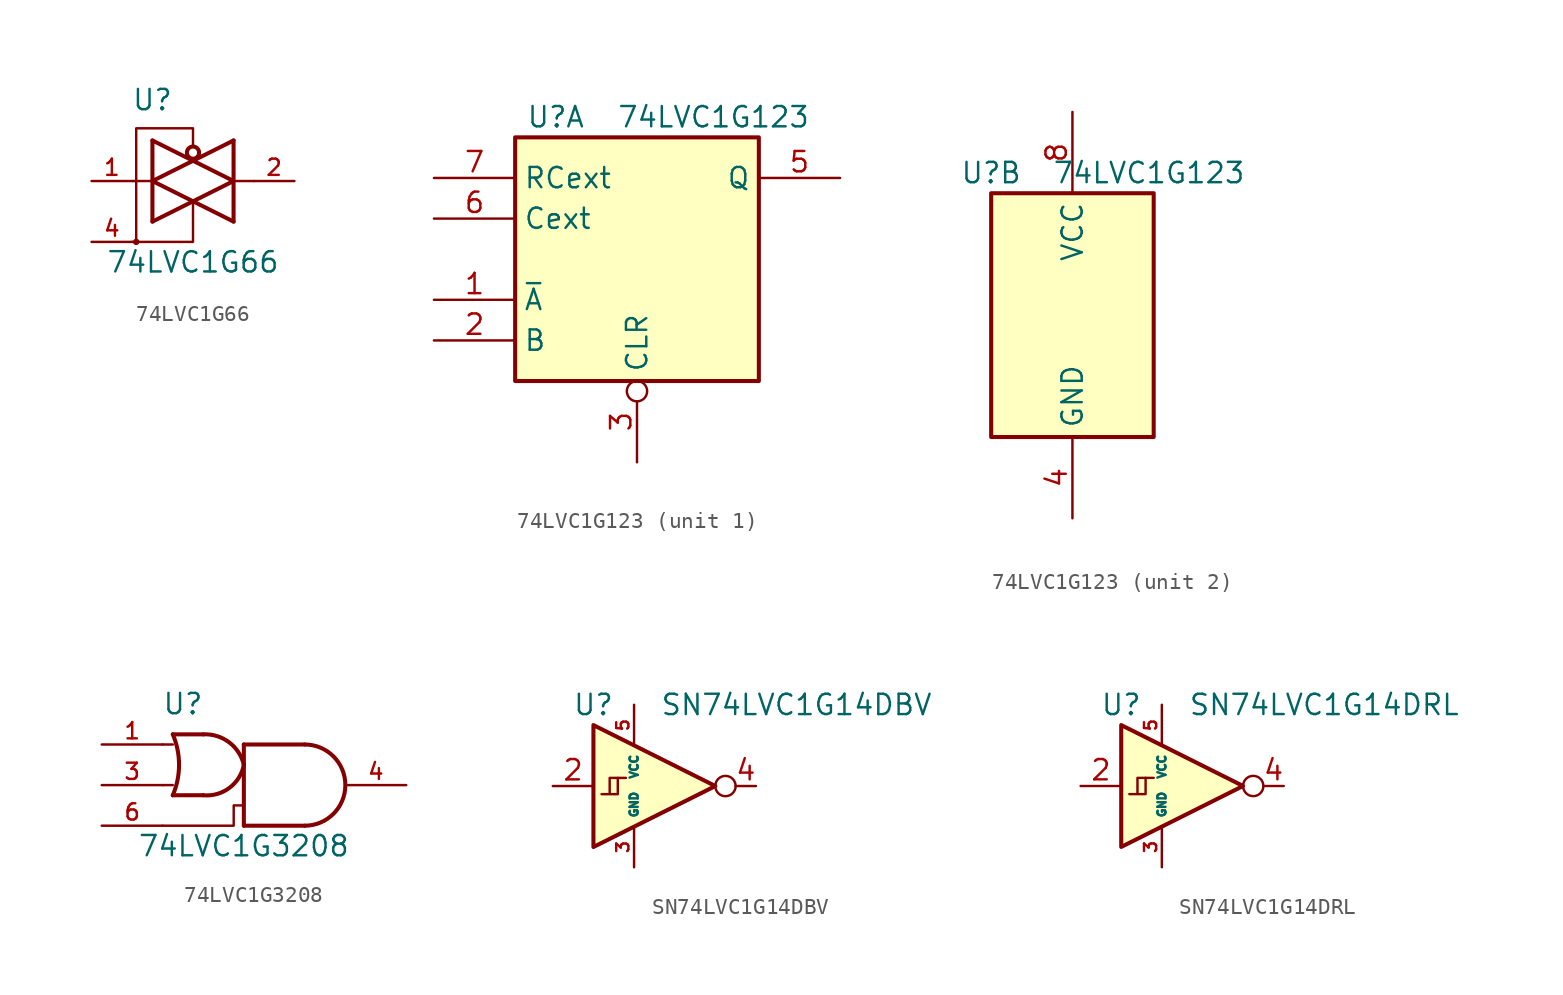
<source format=kicad_sym>
(kicad_symbol_lib
  (version 20201005)
  (generator kicad_symbol_editor)
  (symbol "74LVC1G66"
    (property "Reference" "U"
      (at -2.54 5.08 0)
      (effects (font (size 1.27 1.27))))
    (property "Value" "74LVC1G66"
      (at 0 -5.08 0)
      (effects (font (size 1.27 1.27))))
    (symbol "74LVC1G66_0_1"
      (circle (center -3.556 -3.81) (radius 0.127) (stroke (width 0)) (fill (type none)))
      (circle (center 0 1.778) (radius 0.381) (stroke (width 0.254)) (fill (type none)))
      (polyline (pts (xy -3.81 0) (xy -2.54 0)) (stroke (width 0)) (fill (type none)))
      (polyline (pts (xy -2.54 2.54) (xy -2.54 -2.54)) (stroke (width 0.254)) (fill (type none)))
      (polyline (pts (xy 2.54 0) (xy 3.81 0)) (stroke (width 0)) (fill (type none)))
      (polyline (pts (xy 2.54 2.54) (xy 2.54 -2.54)) (stroke (width 0.254)) (fill (type none)))
      (polyline (pts (xy -3.81 -3.81) (xy 0 -3.81) (xy 0 -1.27)) (stroke (width 0)) (fill (type none)))
      (polyline (pts (xy -2.54 -2.54) (xy 2.54 0) (xy -2.54 2.54)) (stroke (width 0.254)) (fill (type none)))
      (polyline (pts (xy 2.54 2.54) (xy -2.54 0) (xy 2.54 -2.54)) (stroke (width 0.254)) (fill (type none)))
      (polyline (pts (xy 0 2.159) (xy 0 3.302) (xy -3.556 3.302) (xy -3.556 -3.81)) (stroke (width 0)) (fill (type none))))
    (symbol "74LVC1G66_1_1"
      (pin bidirectional line (at -6.35 0 0) (length 2.54) (name "~" (effects (font (size 1.016 1.016)))) (number "1" (effects (font (size 1.016 1.016)))))
      (pin bidirectional line (at 6.35 0 180) (length 2.54) (name "~" (effects (font (size 1.016 1.016)))) (number "2" (effects (font (size 1.016 1.016)))))
      (pin power_in line (at 1.27 -3.81 270) (length 0) hide (name "GND" (effects (font (size 1.016 1.016)))) (number "3" (effects (font (size 1.016 1.016)))))
      (pin input line (at -6.35 -3.81 0) (length 2.54) (name "~" (effects (font (size 1.016 1.016)))) (number "4" (effects (font (size 1.016 1.016)))))
      (pin power_in line (at 1.27 3.81 90) (length 0) hide (name "VCC" (effects (font (size 1.016 1.016)))) (number "5" (effects (font (size 1.016 1.016)))))))
  (symbol "74LVC1G123"
    (property "Reference" "U"
      (at -5.08 8.89 0)
      (effects (font (size 1.27 1.27))))
    (property "Value" "74LVC1G123"
      (at -1.27 8.89 0)
      (effects (font (size 1.27 1.27)) (justify left)))
    (symbol "74LVC1G123_1_1"
      (rectangle (start -7.62 7.62) (end 7.62 -7.62) (stroke (width 0.254)) (fill (type background)))
      (pin input line (at -12.7 -2.54 0) (length 5.08) (name "~A" (effects (font (size 1.27 1.27)))) (number "1" (effects (font (size 1.27 1.27)))))
      (pin input line (at -12.7 -5.08 0) (length 5.08) (name "B" (effects (font (size 1.27 1.27)))) (number "2" (effects (font (size 1.27 1.27)))))
      (pin input inverted (at 0 -12.7 90) (length 5.08) (name "CLR" (effects (font (size 1.27 1.27)))) (number "3" (effects (font (size 1.27 1.27)))))
      (pin output line (at 12.7 5.08 180) (length 5.08) (name "Q" (effects (font (size 1.27 1.27)))) (number "5" (effects (font (size 1.27 1.27)))))
      (pin input line (at -12.7 2.54 0) (length 5.08) (name "Cext" (effects (font (size 1.27 1.27)))) (number "6" (effects (font (size 1.27 1.27)))))
      (pin input line (at -12.7 5.08 0) (length 5.08) (name "RCext" (effects (font (size 1.27 1.27)))) (number "7" (effects (font (size 1.27 1.27))))))
    (symbol "74LVC1G123_2_1"
      (rectangle (start -5.08 7.62) (end 5.08 -7.62) (stroke (width 0.254)) (fill (type background)))
      (pin power_in line (at 0 -12.7 90) (length 5.08) (name "GND" (effects (font (size 1.27 1.27)))) (number "4" (effects (font (size 1.27 1.27)))))
      (pin power_in line (at 0 12.7 270) (length 5.08) (name "VCC" (effects (font (size 1.27 1.27)))) (number "8" (effects (font (size 1.27 1.27)))))))
  (symbol "74LVC1G3208"
    (pin_names
      (offset 1.016))
    (property "Reference" "U"
      (at -3.81 5.08 0)
      (effects (font (size 1.27 1.27))))
    (property "Value" "74LVC1G3208"
      (at 0 -3.81 0)
      (effects (font (size 1.27 1.27))))
    (symbol "74LVC1G3208_0_1"
      (arc (start -4.445 -0.635) (end -4.445 3.175) (radius (at -8.89 1.27) (length 4.826) (angles -23.1 23.1)) (stroke (width 0.254)) (fill (type none)))
      (arc (start -2.54 3.175) (end 0 1.27) (radius (at -2.413 0.7112) (length 2.4638) (angles 92.9 13)) (stroke (width 0.254)) (fill (type none)))
      (arc (start -2.54 -0.635) (end 0 1.27) (radius (at -2.3368 1.7272) (length 2.3622) (angles -94.9 -11)) (stroke (width 0.254)) (fill (type none)))
      (arc (start 3.81 -2.54) (end 3.81 2.54) (radius (at 3.81 0) (length 2.54) (angles -89.9 89.9)) (stroke (width 0.254)) (fill (type none)))
      (polyline (pts (xy -5.08 0) (xy -4.445 0)) (stroke (width 0)) (fill (type none)))
      (polyline (pts (xy -5.08 2.54) (xy -4.445 2.54)) (stroke (width 0)) (fill (type none)))
      (polyline (pts (xy -2.54 -0.635) (xy -4.445 -0.635)) (stroke (width 0.254)) (fill (type none)))
      (polyline (pts (xy -2.54 3.175) (xy -4.445 3.175)) (stroke (width 0.254)) (fill (type none)))
      (polyline (pts (xy 0 2.54) (xy 0 -2.54)) (stroke (width 0.254)) (fill (type none)))
      (polyline (pts (xy 0 -1.27) (xy -0.635 -1.27) (xy -0.635 -1.905) (xy -0.635 -2.54) (xy -5.08 -2.54)) (stroke (width 0)) (fill (type none)))
      (polyline (pts (xy 3.81 -2.54) (xy 0 -2.54)) (stroke (width 0.254)) (fill (type background)))
      (polyline (pts (xy 3.81 2.54) (xy 0 2.54)) (stroke (width 0.254)) (fill (type background))))
    (symbol "74LVC1G3208_1_1"
      (pin input line (at -8.89 2.54 0) (length 3.81) (name "~" (effects (font (size 1.016 1.016)))) (number "1" (effects (font (size 1.016 1.016)))))
      (pin power_in line (at 3.81 -2.54 270) (length 0) hide (name "GND" (effects (font (size 1.016 1.016)))) (number "2" (effects (font (size 1.016 1.016)))))
      (pin input line (at -8.89 0 0) (length 3.81) (name "~" (effects (font (size 1.016 1.016)))) (number "3" (effects (font (size 1.016 1.016)))))
      (pin output line (at 10.16 0 180) (length 3.81) (name "~" (effects (font (size 1.016 1.016)))) (number "4" (effects (font (size 1.016 1.016)))))
      (pin power_in line (at 3.81 2.54 90) (length 0) hide (name "VCC" (effects (font (size 1.016 1.016)))) (number "5" (effects (font (size 1.016 1.016)))))
      (pin input line (at -8.89 -2.54 0) (length 3.81) (name "~" (effects (font (size 1.016 1.016)))) (number "6" (effects (font (size 1.016 1.016)))))))
  (symbol "SN74LVC1G14DBV"
    (property "Reference" "U"
      (at -2.54 5.08 0)
      (effects (font (size 1.27 1.27))))
    (property "Value" "SN74LVC1G14DBV"
      (at 10.16 5.08 0)
      (effects (font (size 1.27 1.27))))
    (symbol "SN74LVC1G14DBV_0_1"
      (circle (center 5.715 0) (radius 0.635) (stroke (width 0)) (fill (type none)))
      (polyline (pts (xy -1.016 0.508) (xy -0.508 0.508)) (stroke (width 0)) (fill (type none)))
      (polyline (pts (xy -1.524 -0.508) (xy -1.524 0.508) (xy -1.016 0.508) (xy -1.016 -0.508) (xy -2.032 -0.508)) (stroke (width 0)) (fill (type none)))
      (polyline (pts (xy -2.54 3.81) (xy -2.54 -3.81) (xy 5.08 0) (xy -2.54 3.81)) (stroke (width 0.254)) (fill (type background))))
    (symbol "SN74LVC1G14DBV_1_1"
      (pin no_connect line (at 5.08 0 180) (length 2.54) hide (name "NC" (effects (font (size 1.27 1.27)))) (number "1" (effects (font (size 1.27 1.27)))))
      (pin input line (at -5.08 0 0) (length 2.54) (name "~" (effects (font (size 1.27 1.27)))) (number "2" (effects (font (size 1.27 1.27)))))
      (pin power_in line (at 0 -5.08 90) (length 2.54) (name "GND" (effects (font (size 0.508 0.508)))) (number "3" (effects (font (size 0.762 0.762)))))
      (pin output line (at 7.62 0 180) (length 1.27) (name "~" (effects (font (size 1.27 1.27)))) (number "4" (effects (font (size 1.27 1.27)))))
      (pin power_in line (at 0 5.08 270) (length 2.54) (name "VCC" (effects (font (size 0.508 0.508)))) (number "5" (effects (font (size 0.762 0.762)))))))
  (symbol "SN74LVC1G14DRL"
    (property "Reference" "U"
      (at -2.54 5.08 0)
      (effects (font (size 1.27 1.27))))
    (property "Value" "SN74LVC1G14DRL"
      (at 10.16 5.08 0)
      (effects (font (size 1.27 1.27))))
    (symbol "SN74LVC1G14DRL_0_1"
      (circle (center 5.715 0) (radius 0.635) (stroke (width 0)) (fill (type none)))
      (polyline (pts (xy -1.016 0.508) (xy -0.508 0.508)) (stroke (width 0)) (fill (type none)))
      (polyline (pts (xy -1.524 -0.508) (xy -1.524 0.508) (xy -1.016 0.508) (xy -1.016 -0.508) (xy -2.032 -0.508)) (stroke (width 0)) (fill (type none)))
      (polyline (pts (xy -2.54 3.81) (xy -2.54 -3.81) (xy 5.08 0) (xy -2.54 3.81)) (stroke (width 0.254)) (fill (type background))))
    (symbol "SN74LVC1G14DRL_1_1"
      (pin no_connect line (at 5.08 0 180) (length 2.54) hide (name "NC" (effects (font (size 1.27 1.27)))) (number "1" (effects (font (size 1.27 1.27)))))
      (pin input line (at -5.08 0 0) (length 2.54) (name "~" (effects (font (size 1.27 1.27)))) (number "2" (effects (font (size 1.27 1.27)))))
      (pin power_in line (at 0 -5.08 90) (length 2.54) (name "GND" (effects (font (size 0.508 0.508)))) (number "3" (effects (font (size 0.762 0.762)))))
      (pin output line (at 7.62 0 180) (length 1.27) (name "~" (effects (font (size 1.27 1.27)))) (number "4" (effects (font (size 1.27 1.27)))))
      (pin power_in line (at 0 5.08 270) (length 2.54) (name "VCC" (effects (font (size 0.508 0.508)))) (number "5" (effects (font (size 0.762 0.762))))))))
</source>
